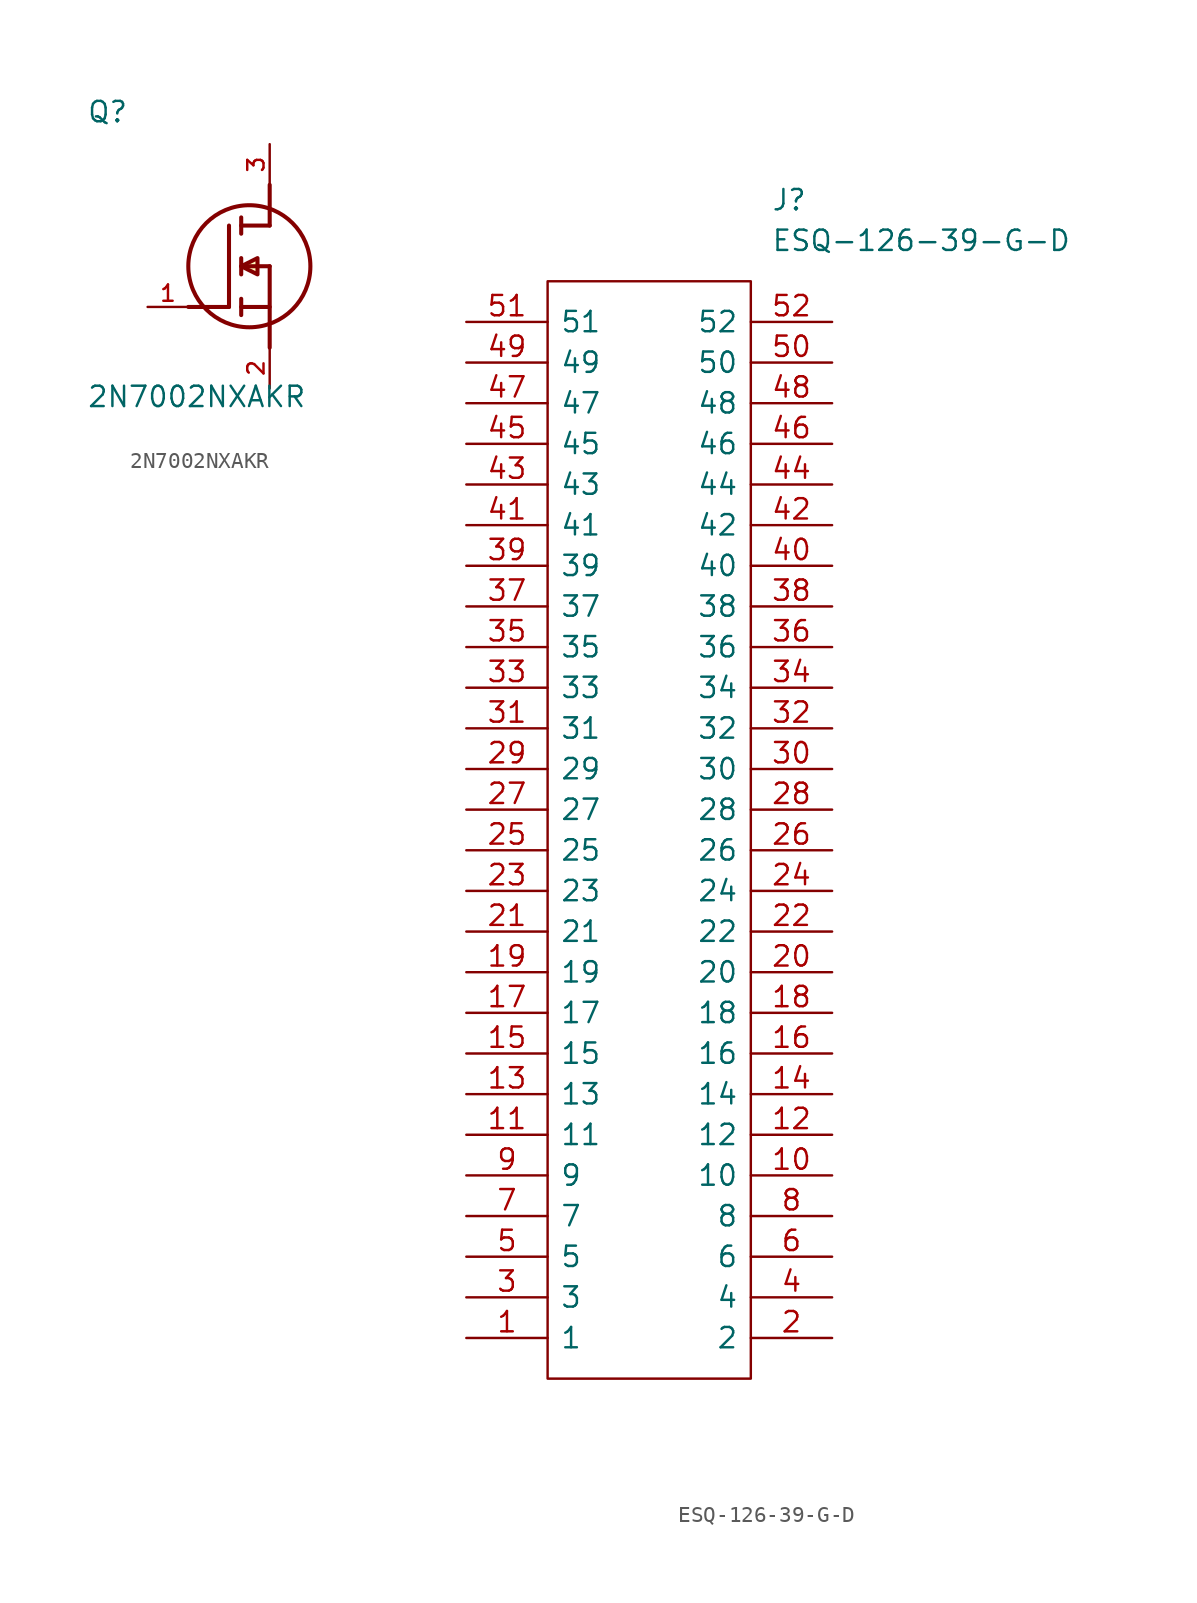
<source format=kicad_sym>
(kicad_symbol_lib
  (version 20211014)
  (generator kicad_symbol_editor)
  (symbol "2N7002NXAKR"
    (pin_names
      (offset 1.016) hide)
    (property "Reference" "Q"
      (at -3.81 11.43 0)
      (effects (font (size 1.27 1.27)) (justify left bottom)))
    (property "Value" "2N7002NXAKR"
      (at -3.81 -6.35 0)
      (effects (font (size 1.27 1.27)) (justify left bottom)))
    (symbol "2N7002NXAKR_0_0"
      (polyline (pts (xy 2.54 0) (xy 5.08 0)) (stroke (width 0.254) (type default) (color 0 0 0 0)) (fill (type none)))
      (polyline (pts (xy 5.08 5.08) (xy 5.08 0)) (stroke (width 0.254) (type default) (color 0 0 0 0)) (fill (type none)))
      (polyline (pts (xy 5.842 -0.508) (xy 5.842 0.508)) (stroke (width 0.254) (type default) (color 0 0 0 0)) (fill (type none)))
      (polyline (pts (xy 5.842 0) (xy 7.62 0)) (stroke (width 0.254) (type default) (color 0 0 0 0)) (fill (type none)))
      (polyline (pts (xy 5.842 2.032) (xy 5.842 3.048)) (stroke (width 0.254) (type default) (color 0 0 0 0)) (fill (type none)))
      (polyline (pts (xy 5.842 5.588) (xy 5.842 4.572)) (stroke (width 0.254) (type default) (color 0 0 0 0)) (fill (type none)))
      (polyline (pts (xy 7.62 2.54) (xy 5.842 2.54)) (stroke (width 0.254) (type default) (color 0 0 0 0)) (fill (type none)))
      (polyline (pts (xy 7.62 2.54) (xy 7.62 -2.54)) (stroke (width 0.254) (type default) (color 0 0 0 0)) (fill (type none)))
      (polyline (pts (xy 7.62 5.08) (xy 5.842 5.08)) (stroke (width 0.254) (type default) (color 0 0 0 0)) (fill (type none)))
      (polyline (pts (xy 7.62 5.08) (xy 7.62 7.62)) (stroke (width 0.254) (type default) (color 0 0 0 0)) (fill (type none)))
      (polyline (pts (xy 5.842 2.54) (xy 6.858 3.048) (xy 6.858 2.032) (xy 5.842 2.54)) (stroke (width 0.254) (type default) (color 0 0 0 0)) (fill (type background)))
      (circle (center 6.35 2.54) (radius 3.81) (stroke (width 0.254) (type default) (color 0 0 0 0)) (fill (type none)))
      (pin bidirectional line (at 0 0 0) (length 2.54) (name "~" (effects (font (size 1.016 1.016)))) (number "1" (effects (font (size 1.016 1.016)))))
      (pin bidirectional line (at 7.62 -5.08 90) (length 2.54) (name "~" (effects (font (size 1.016 1.016)))) (number "2" (effects (font (size 1.016 1.016)))))
      (pin bidirectional line (at 7.62 10.16 270) (length 2.54) (name "~" (effects (font (size 1.016 1.016)))) (number "3" (effects (font (size 1.016 1.016)))))))
  (symbol "ESQ-126-39-G-D"
    (pin_names
      (offset 0.762))
    (property "Reference" "J"
      (at 19.05 7.62 0)
      (effects (font (size 1.27 1.27)) (justify left)))
    (property "Value" "ESQ-126-39-G-D"
      (at 19.05 5.08 0)
      (effects (font (size 1.27 1.27)) (justify left)))
    (symbol "ESQ-126-39-G-D_0_0"
      (pin passive line (at 0 -63.5 0) (length 5.08) (name "1" (effects (font (size 1.27 1.27)))) (number "1" (effects (font (size 1.27 1.27)))))
      (pin passive line (at 22.86 -53.34 180) (length 5.08) (name "10" (effects (font (size 1.27 1.27)))) (number "10" (effects (font (size 1.27 1.27)))))
      (pin passive line (at 0 -50.8 0) (length 5.08) (name "11" (effects (font (size 1.27 1.27)))) (number "11" (effects (font (size 1.27 1.27)))))
      (pin passive line (at 22.86 -50.8 180) (length 5.08) (name "12" (effects (font (size 1.27 1.27)))) (number "12" (effects (font (size 1.27 1.27)))))
      (pin passive line (at 0 -48.26 0) (length 5.08) (name "13" (effects (font (size 1.27 1.27)))) (number "13" (effects (font (size 1.27 1.27)))))
      (pin passive line (at 22.86 -48.26 180) (length 5.08) (name "14" (effects (font (size 1.27 1.27)))) (number "14" (effects (font (size 1.27 1.27)))))
      (pin passive line (at 0 -45.72 0) (length 5.08) (name "15" (effects (font (size 1.27 1.27)))) (number "15" (effects (font (size 1.27 1.27)))))
      (pin passive line (at 22.86 -45.72 180) (length 5.08) (name "16" (effects (font (size 1.27 1.27)))) (number "16" (effects (font (size 1.27 1.27)))))
      (pin passive line (at 0 -43.18 0) (length 5.08) (name "17" (effects (font (size 1.27 1.27)))) (number "17" (effects (font (size 1.27 1.27)))))
      (pin passive line (at 22.86 -43.18 180) (length 5.08) (name "18" (effects (font (size 1.27 1.27)))) (number "18" (effects (font (size 1.27 1.27)))))
      (pin passive line (at 0 -40.64 0) (length 5.08) (name "19" (effects (font (size 1.27 1.27)))) (number "19" (effects (font (size 1.27 1.27)))))
      (pin passive line (at 22.86 -63.5 180) (length 5.08) (name "2" (effects (font (size 1.27 1.27)))) (number "2" (effects (font (size 1.27 1.27)))))
      (pin passive line (at 22.86 -40.64 180) (length 5.08) (name "20" (effects (font (size 1.27 1.27)))) (number "20" (effects (font (size 1.27 1.27)))))
      (pin passive line (at 0 -38.1 0) (length 5.08) (name "21" (effects (font (size 1.27 1.27)))) (number "21" (effects (font (size 1.27 1.27)))))
      (pin passive line (at 22.86 -38.1 180) (length 5.08) (name "22" (effects (font (size 1.27 1.27)))) (number "22" (effects (font (size 1.27 1.27)))))
      (pin passive line (at 0 -35.56 0) (length 5.08) (name "23" (effects (font (size 1.27 1.27)))) (number "23" (effects (font (size 1.27 1.27)))))
      (pin passive line (at 22.86 -35.56 180) (length 5.08) (name "24" (effects (font (size 1.27 1.27)))) (number "24" (effects (font (size 1.27 1.27)))))
      (pin passive line (at 0 -33.02 0) (length 5.08) (name "25" (effects (font (size 1.27 1.27)))) (number "25" (effects (font (size 1.27 1.27)))))
      (pin passive line (at 22.86 -33.02 180) (length 5.08) (name "26" (effects (font (size 1.27 1.27)))) (number "26" (effects (font (size 1.27 1.27)))))
      (pin passive line (at 0 -30.48 0) (length 5.08) (name "27" (effects (font (size 1.27 1.27)))) (number "27" (effects (font (size 1.27 1.27)))))
      (pin passive line (at 22.86 -30.48 180) (length 5.08) (name "28" (effects (font (size 1.27 1.27)))) (number "28" (effects (font (size 1.27 1.27)))))
      (pin passive line (at 0 -27.94 0) (length 5.08) (name "29" (effects (font (size 1.27 1.27)))) (number "29" (effects (font (size 1.27 1.27)))))
      (pin passive line (at 0 -60.96 0) (length 5.08) (name "3" (effects (font (size 1.27 1.27)))) (number "3" (effects (font (size 1.27 1.27)))))
      (pin passive line (at 22.86 -27.94 180) (length 5.08) (name "30" (effects (font (size 1.27 1.27)))) (number "30" (effects (font (size 1.27 1.27)))))
      (pin passive line (at 0 -25.4 0) (length 5.08) (name "31" (effects (font (size 1.27 1.27)))) (number "31" (effects (font (size 1.27 1.27)))))
      (pin passive line (at 22.86 -25.4 180) (length 5.08) (name "32" (effects (font (size 1.27 1.27)))) (number "32" (effects (font (size 1.27 1.27)))))
      (pin passive line (at 0 -22.86 0) (length 5.08) (name "33" (effects (font (size 1.27 1.27)))) (number "33" (effects (font (size 1.27 1.27)))))
      (pin passive line (at 22.86 -22.86 180) (length 5.08) (name "34" (effects (font (size 1.27 1.27)))) (number "34" (effects (font (size 1.27 1.27)))))
      (pin passive line (at 0 -20.32 0) (length 5.08) (name "35" (effects (font (size 1.27 1.27)))) (number "35" (effects (font (size 1.27 1.27)))))
      (pin passive line (at 22.86 -20.32 180) (length 5.08) (name "36" (effects (font (size 1.27 1.27)))) (number "36" (effects (font (size 1.27 1.27)))))
      (pin passive line (at 0 -17.78 0) (length 5.08) (name "37" (effects (font (size 1.27 1.27)))) (number "37" (effects (font (size 1.27 1.27)))))
      (pin passive line (at 22.86 -17.78 180) (length 5.08) (name "38" (effects (font (size 1.27 1.27)))) (number "38" (effects (font (size 1.27 1.27)))))
      (pin passive line (at 0 -15.24 0) (length 5.08) (name "39" (effects (font (size 1.27 1.27)))) (number "39" (effects (font (size 1.27 1.27)))))
      (pin passive line (at 22.86 -60.96 180) (length 5.08) (name "4" (effects (font (size 1.27 1.27)))) (number "4" (effects (font (size 1.27 1.27)))))
      (pin passive line (at 22.86 -15.24 180) (length 5.08) (name "40" (effects (font (size 1.27 1.27)))) (number "40" (effects (font (size 1.27 1.27)))))
      (pin passive line (at 0 -12.7 0) (length 5.08) (name "41" (effects (font (size 1.27 1.27)))) (number "41" (effects (font (size 1.27 1.27)))))
      (pin passive line (at 22.86 -12.7 180) (length 5.08) (name "42" (effects (font (size 1.27 1.27)))) (number "42" (effects (font (size 1.27 1.27)))))
      (pin passive line (at 0 -10.16 0) (length 5.08) (name "43" (effects (font (size 1.27 1.27)))) (number "43" (effects (font (size 1.27 1.27)))))
      (pin passive line (at 22.86 -10.16 180) (length 5.08) (name "44" (effects (font (size 1.27 1.27)))) (number "44" (effects (font (size 1.27 1.27)))))
      (pin passive line (at 0 -7.62 0) (length 5.08) (name "45" (effects (font (size 1.27 1.27)))) (number "45" (effects (font (size 1.27 1.27)))))
      (pin passive line (at 22.86 -7.62 180) (length 5.08) (name "46" (effects (font (size 1.27 1.27)))) (number "46" (effects (font (size 1.27 1.27)))))
      (pin passive line (at 0 -5.08 0) (length 5.08) (name "47" (effects (font (size 1.27 1.27)))) (number "47" (effects (font (size 1.27 1.27)))))
      (pin passive line (at 22.86 -5.08 180) (length 5.08) (name "48" (effects (font (size 1.27 1.27)))) (number "48" (effects (font (size 1.27 1.27)))))
      (pin passive line (at 0 -2.54 0) (length 5.08) (name "49" (effects (font (size 1.27 1.27)))) (number "49" (effects (font (size 1.27 1.27)))))
      (pin passive line (at 0 -58.42 0) (length 5.08) (name "5" (effects (font (size 1.27 1.27)))) (number "5" (effects (font (size 1.27 1.27)))))
      (pin passive line (at 22.86 -2.54 180) (length 5.08) (name "50" (effects (font (size 1.27 1.27)))) (number "50" (effects (font (size 1.27 1.27)))))
      (pin passive line (at 0 0 0) (length 5.08) (name "51" (effects (font (size 1.27 1.27)))) (number "51" (effects (font (size 1.27 1.27)))))
      (pin passive line (at 22.86 0 180) (length 5.08) (name "52" (effects (font (size 1.27 1.27)))) (number "52" (effects (font (size 1.27 1.27)))))
      (pin passive line (at 22.86 -58.42 180) (length 5.08) (name "6" (effects (font (size 1.27 1.27)))) (number "6" (effects (font (size 1.27 1.27)))))
      (pin passive line (at 0 -55.88 0) (length 5.08) (name "7" (effects (font (size 1.27 1.27)))) (number "7" (effects (font (size 1.27 1.27)))))
      (pin passive line (at 22.86 -55.88 180) (length 5.08) (name "8" (effects (font (size 1.27 1.27)))) (number "8" (effects (font (size 1.27 1.27)))))
      (pin passive line (at 0 -53.34 0) (length 5.08) (name "9" (effects (font (size 1.27 1.27)))) (number "9" (effects (font (size 1.27 1.27))))))
    (symbol "ESQ-126-39-G-D_0_1"
      (polyline (pts (xy 5.08 2.54) (xy 17.78 2.54) (xy 17.78 -66.04) (xy 5.08 -66.04) (xy 5.08 2.54)) (stroke (width 0.152) (type default) (color 0 0 0 0)) (fill (type none))))))
</source>
